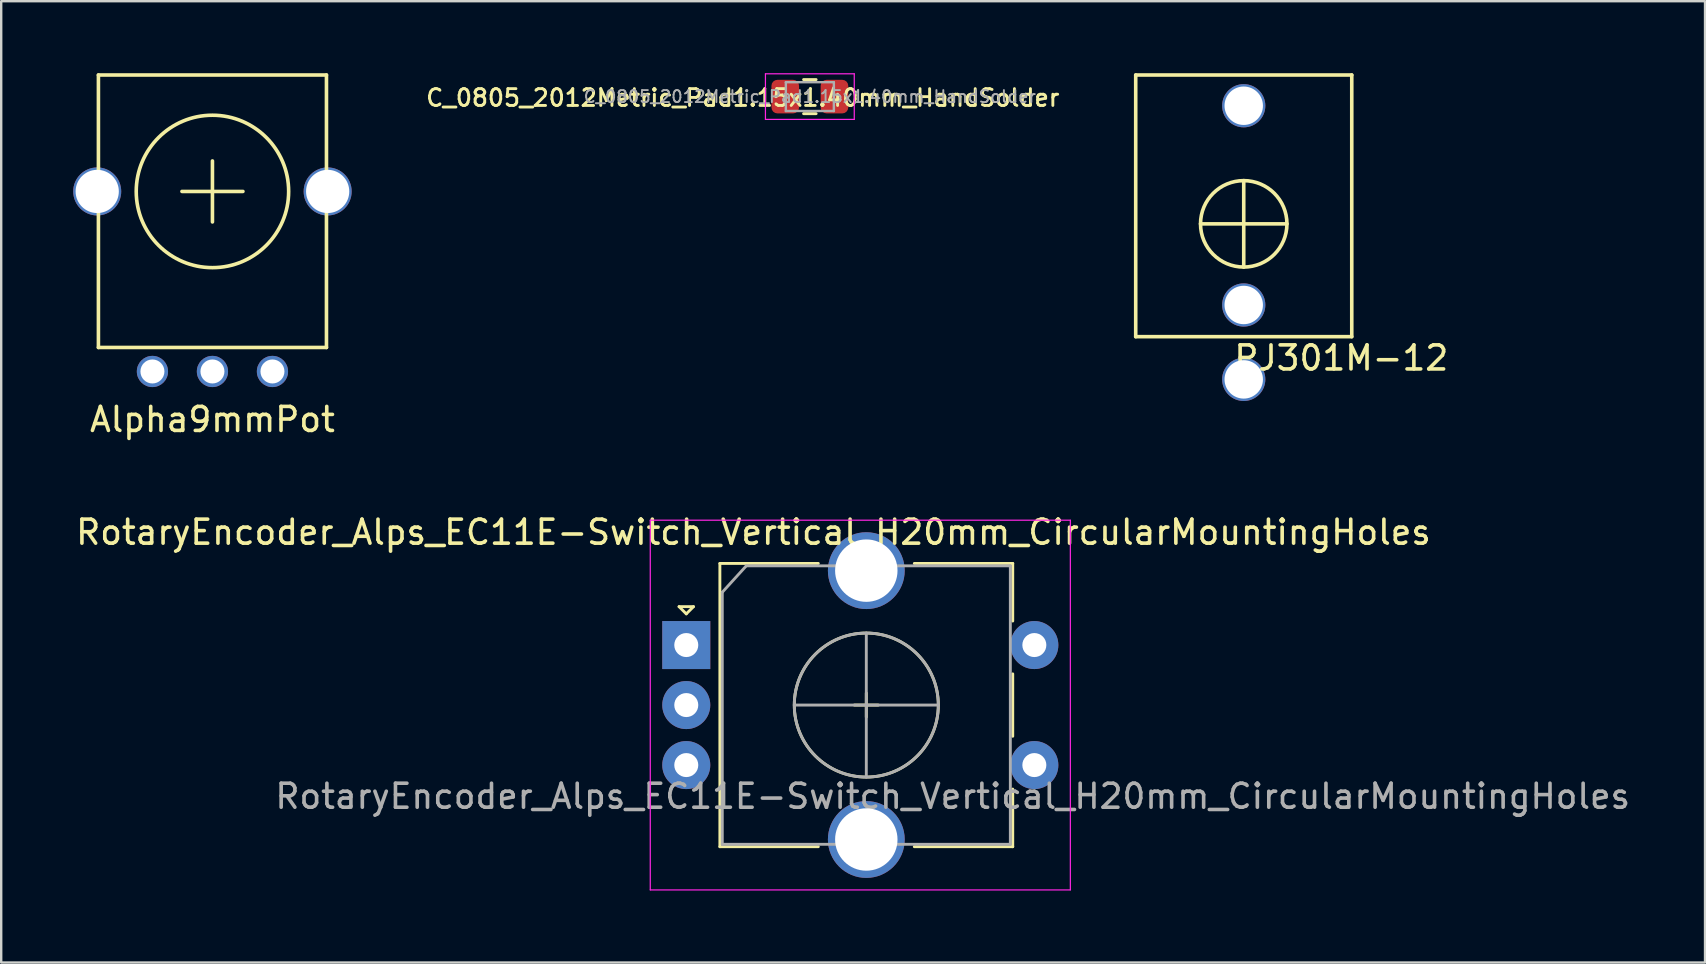
<source format=kicad_pcb>
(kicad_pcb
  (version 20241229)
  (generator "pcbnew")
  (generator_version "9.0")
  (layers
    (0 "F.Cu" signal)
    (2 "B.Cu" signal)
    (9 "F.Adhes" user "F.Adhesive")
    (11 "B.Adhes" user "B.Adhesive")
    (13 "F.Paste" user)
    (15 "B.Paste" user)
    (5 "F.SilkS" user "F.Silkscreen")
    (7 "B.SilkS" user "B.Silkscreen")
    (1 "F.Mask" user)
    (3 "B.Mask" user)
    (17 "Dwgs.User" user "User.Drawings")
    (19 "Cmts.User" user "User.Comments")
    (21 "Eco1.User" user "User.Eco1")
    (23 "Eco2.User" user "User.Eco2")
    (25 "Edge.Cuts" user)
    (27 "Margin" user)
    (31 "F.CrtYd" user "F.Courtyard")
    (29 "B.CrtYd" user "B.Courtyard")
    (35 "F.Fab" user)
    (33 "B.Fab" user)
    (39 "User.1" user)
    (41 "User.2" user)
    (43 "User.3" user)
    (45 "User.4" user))
  (footprint "C_0805_2012Metric_Pad1.15x1.40mm_HandSolder"
    (layer "F.Cu")
    (at 30.687 0.975)
    (property "Reference" "C_0805_2012Metric_Pad1.15x1.40mm_HandSolder" (at -2.794 0.05 0) (layer "F.SilkS") (effects (font (size 0.7 0.7) (thickness 0.12))))
    (attr smd)
    (fp_line (start -0.261 -0.71) (end 0.261 -0.71) (stroke (width 0.12) (type solid)) (layer "F.SilkS"))
    (fp_line (start -0.261 0.71) (end 0.261 0.71) (stroke (width 0.12) (type solid)) (layer "F.SilkS"))
    (fp_line (start -1.85 -0.95) (end 1.85 -0.95) (stroke (width 0.05) (type solid)) (layer "F.CrtYd"))
    (fp_line (start -1.85 0.95) (end -1.85 -0.95) (stroke (width 0.05) (type solid)) (layer "F.CrtYd"))
    (fp_line (start 1.85 -0.95) (end 1.85 0.95) (stroke (width 0.05) (type solid)) (layer "F.CrtYd"))
    (fp_line (start 1.85 0.95) (end -1.85 0.95) (stroke (width 0.05) (type solid)) (layer "F.CrtYd"))
    (fp_line (start -1 -0.6) (end 1 -0.6) (stroke (width 0.1) (type solid)) (layer "F.Fab"))
    (fp_line (start -1 0.6) (end -1 -0.6) (stroke (width 0.1) (type solid)) (layer "F.Fab"))
    (fp_line (start 1 -0.6) (end 1 0.6) (stroke (width 0.1) (type solid)) (layer "F.Fab"))
    (fp_line (start 1 0.6) (end -1 0.6) (stroke (width 0.1) (type solid)) (layer "F.Fab"))
    (fp_text user "${REFERENCE}" (at 0 0 0) (layer "F.Fab") (effects (font (size 0.5 0.5) (thickness 0.08))))
    (pad "1" smd roundrect (at -1.025 0) (size 1.15 1.4) (layers "F.Cu" "F.Mask" "F.Paste") (roundrect_rratio 0.217))
    (pad "2" smd roundrect (at 1.025 0) (size 1.15 1.4) (layers "F.Cu" "F.Mask" "F.Paste") (roundrect_rratio 0.217)))
  (footprint "Alpha9mmPot"
    (layer "F.Cu")
    (at 5.8 4.925)
    (property "Reference" "Alpha9mmPot" (at 0 9.5 0) (layer "F.SilkS") (effects (font (size 1 1) (thickness 0.15))))
    (attr through_hole)
    (fp_line (start -4.75 -4.85) (end -4.75 6.5) (stroke (width 0.15) (type solid)) (layer "F.SilkS"))
    (fp_line (start -4.75 -4.85) (end 4.75 -4.85) (stroke (width 0.15) (type solid)) (layer "F.SilkS"))
    (fp_line (start -4.75 6.5) (end 4.75 6.5) (stroke (width 0.15) (type solid)) (layer "F.SilkS"))
    (fp_line (start -1.27 0) (end 1.27 0) (stroke (width 0.15) (type solid)) (layer "F.SilkS"))
    (fp_line (start 0 -1.27) (end 0 1.27) (stroke (width 0.15) (type solid)) (layer "F.SilkS"))
    (fp_line (start 4.75 -4.85) (end 4.75 6.5) (stroke (width 0.15) (type solid)) (layer "F.SilkS"))
    (fp_circle (center 0 0) (end 3.175 0) (stroke (width 0.15) (type solid)) (fill no) (layer "F.SilkS"))
    (pad "" thru_hole circle (at -4.8 0) (size 2 2) (drill 1.8) (layers "*.Cu" "*.Mask"))
    (pad "" thru_hole circle (at 4.8 0) (size 2 2) (drill 1.8) (layers "*.Cu" "*.Mask"))
    (pad "1" thru_hole circle (at -2.5 7.5) (size 1.3 1.3) (drill 1) (layers "*.Cu" "*.Mask"))
    (pad "2" thru_hole circle (at 0 7.5) (size 1.3 1.3) (drill 1) (layers "*.Cu" "*.Mask"))
    (pad "3" thru_hole circle (at 2.5 7.5) (size 1.3 1.3) (drill 1) (layers "*.Cu" "*.Mask")))
  (footprint "RotaryEncoder_Alps_EC11E-Switch_Vertical_H20mm_CircularMountingHoles"
    (layer "F.Cu")
    (at 25.539 23.822)
    (property "Reference" "RotaryEncoder_Alps_EC11E-Switch_Vertical_H20mm_CircularMountingHoles" (at 2.8 -4.7 0) (layer "F.SilkS") (effects (font (size 1 1) (thickness 0.15))))
    (attr through_hole)
    (fp_line (start -0.3 -1.6) (end 0.3 -1.6) (stroke (width 0.12) (type solid)) (layer "F.SilkS"))
    (fp_line (start 0 -1.3) (end -0.3 -1.6) (stroke (width 0.12) (type solid)) (layer "F.SilkS"))
    (fp_line (start 0.3 -1.6) (end 0 -1.3) (stroke (width 0.12) (type solid)) (layer "F.SilkS"))
    (fp_line (start 1.4 -3.4) (end 1.4 8.4) (stroke (width 0.12) (type solid)) (layer "F.SilkS"))
    (fp_line (start 5.5 -3.4) (end 1.4 -3.4) (stroke (width 0.12) (type solid)) (layer "F.SilkS"))
    (fp_line (start 5.5 8.4) (end 1.4 8.4) (stroke (width 0.12) (type solid)) (layer "F.SilkS"))
    (fp_line (start 7 2.5) (end 8 2.5) (stroke (width 0.12) (type solid)) (layer "F.SilkS"))
    (fp_line (start 7.5 2) (end 7.5 3) (stroke (width 0.12) (type solid)) (layer "F.SilkS"))
    (fp_line (start 9.5 -3.4) (end 13.6 -3.4) (stroke (width 0.12) (type solid)) (layer "F.SilkS"))
    (fp_line (start 13.6 -3.4) (end 13.6 -1) (stroke (width 0.12) (type solid)) (layer "F.SilkS"))
    (fp_line (start 13.6 1.2) (end 13.6 3.8) (stroke (width 0.12) (type solid)) (layer "F.SilkS"))
    (fp_line (start 13.6 6) (end 13.6 8.4) (stroke (width 0.12) (type solid)) (layer "F.SilkS"))
    (fp_line (start 13.6 8.4) (end 9.5 8.4) (stroke (width 0.12) (type solid)) (layer "F.SilkS"))
    (fp_circle (center 7.5 2.5) (end 10.5 2.5) (stroke (width 0.12) (type solid)) (fill no) (layer "F.SilkS"))
    (fp_line (start -1.5 -5.2) (end -1.5 10.2) (stroke (width 0.05) (type solid)) (layer "F.CrtYd"))
    (fp_line (start -1.5 -5.2) (end 16 -5.2) (stroke (width 0.05) (type solid)) (layer "F.CrtYd"))
    (fp_line (start 16 10.2) (end -1.5 10.2) (stroke (width 0.05) (type solid)) (layer "F.CrtYd"))
    (fp_line (start 16 10.2) (end 16 -5.2) (stroke (width 0.05) (type solid)) (layer "F.CrtYd"))
    (fp_line (start 1.5 -2.2) (end 2.5 -3.3) (stroke (width 0.12) (type solid)) (layer "F.Fab"))
    (fp_line (start 1.5 8.3) (end 1.5 -2.2) (stroke (width 0.12) (type solid)) (layer "F.Fab"))
    (fp_line (start 2.5 -3.3) (end 13.5 -3.3) (stroke (width 0.12) (type solid)) (layer "F.Fab"))
    (fp_line (start 4.5 2.5) (end 10.5 2.5) (stroke (width 0.12) (type solid)) (layer "F.Fab"))
    (fp_line (start 7.5 -0.5) (end 7.5 5.5) (stroke (width 0.12) (type solid)) (layer "F.Fab"))
    (fp_line (start 13.5 -3.3) (end 13.5 8.3) (stroke (width 0.12) (type solid)) (layer "F.Fab"))
    (fp_line (start 13.5 8.3) (end 1.5 8.3) (stroke (width 0.12) (type solid)) (layer "F.Fab"))
    (fp_circle (center 7.5 2.5) (end 10.5 2.5) (stroke (width 0.12) (type solid)) (fill no) (layer "F.Fab"))
    (fp_text user "${REFERENCE}" (at 11.1 6.3 0) (layer "F.Fab") (effects (font (size 1 1) (thickness 0.15))))
    (pad "" thru_hole circle (at 7.5 -3.1) (size 3.2 3.2) (drill 2.6) (layers "*.Cu" "*.Mask"))
    (pad "" thru_hole circle (at 7.5 8.1) (size 3.2 3.2) (drill 2.6) (layers "*.Cu" "*.Mask"))
    (pad "A" thru_hole rect (at 0 0) (size 2 2) (drill 1) (layers "*.Cu" "*.Mask"))
    (pad "B" thru_hole circle (at 0 5) (size 2 2) (drill 1) (layers "*.Cu" "*.Mask"))
    (pad "C" thru_hole circle (at 0 2.5) (size 2 2) (drill 1) (layers "*.Cu" "*.Mask"))
    (pad "S1" thru_hole circle (at 14.5 5) (size 2 2) (drill 1) (layers "*.Cu" "*.Mask"))
    (pad "S2" thru_hole circle (at 14.5 0) (size 2 2) (drill 1) (layers "*.Cu" "*.Mask")))
  (footprint "PJ301M-12"
    (layer "F.Cu")
    (at 48.762 6.275)
    (property "Reference" "PJ301M-12" (at 4.064 5.588 0) (layer "F.SilkS") (effects (font (size 1 1) (thickness 0.15))))
    (attr through_hole)
    (fp_line (start -4.5 -6.2) (end -4.5 4.7) (stroke (width 0.15) (type solid)) (layer "F.SilkS"))
    (fp_line (start -4.5 -6.2) (end 4.5 -6.2) (stroke (width 0.15) (type solid)) (layer "F.SilkS"))
    (fp_line (start -4.5 4.7) (end 4.5 4.7) (stroke (width 0.15) (type solid)) (layer "F.SilkS"))
    (fp_line (start -1.8 0) (end 1.8 0) (stroke (width 0.15) (type solid)) (layer "F.SilkS"))
    (fp_line (start 0 -1.8) (end 0 1.8) (stroke (width 0.15) (type solid)) (layer "F.SilkS"))
    (fp_line (start 4.5 -6.2) (end 4.5 4.7) (stroke (width 0.15) (type solid)) (layer "F.SilkS"))
    (fp_circle (center 0 0) (end 1.8 0) (stroke (width 0.15) (type solid)) (fill no) (layer "F.SilkS"))
    (pad "1" thru_hole circle (at 0 6.48) (size 1.8 1.8) (drill 1.6) (layers "*.Cu" "*.Mask"))
    (pad "2" thru_hole circle (at 0 3.38) (size 1.8 1.8) (drill 1.6) (layers "*.Cu" "*.Mask"))
    (pad "3" thru_hole circle (at 0 -4.92) (size 1.8 1.8) (drill 1.6) (layers "*.Cu" "*.Mask")))
  (gr_rect
    (start -3 -3)
    (end 67.979 37.047)
    (stroke (width 0.1) (type default))
    (fill no)
    (layer "Edge.Cuts")))
</source>
